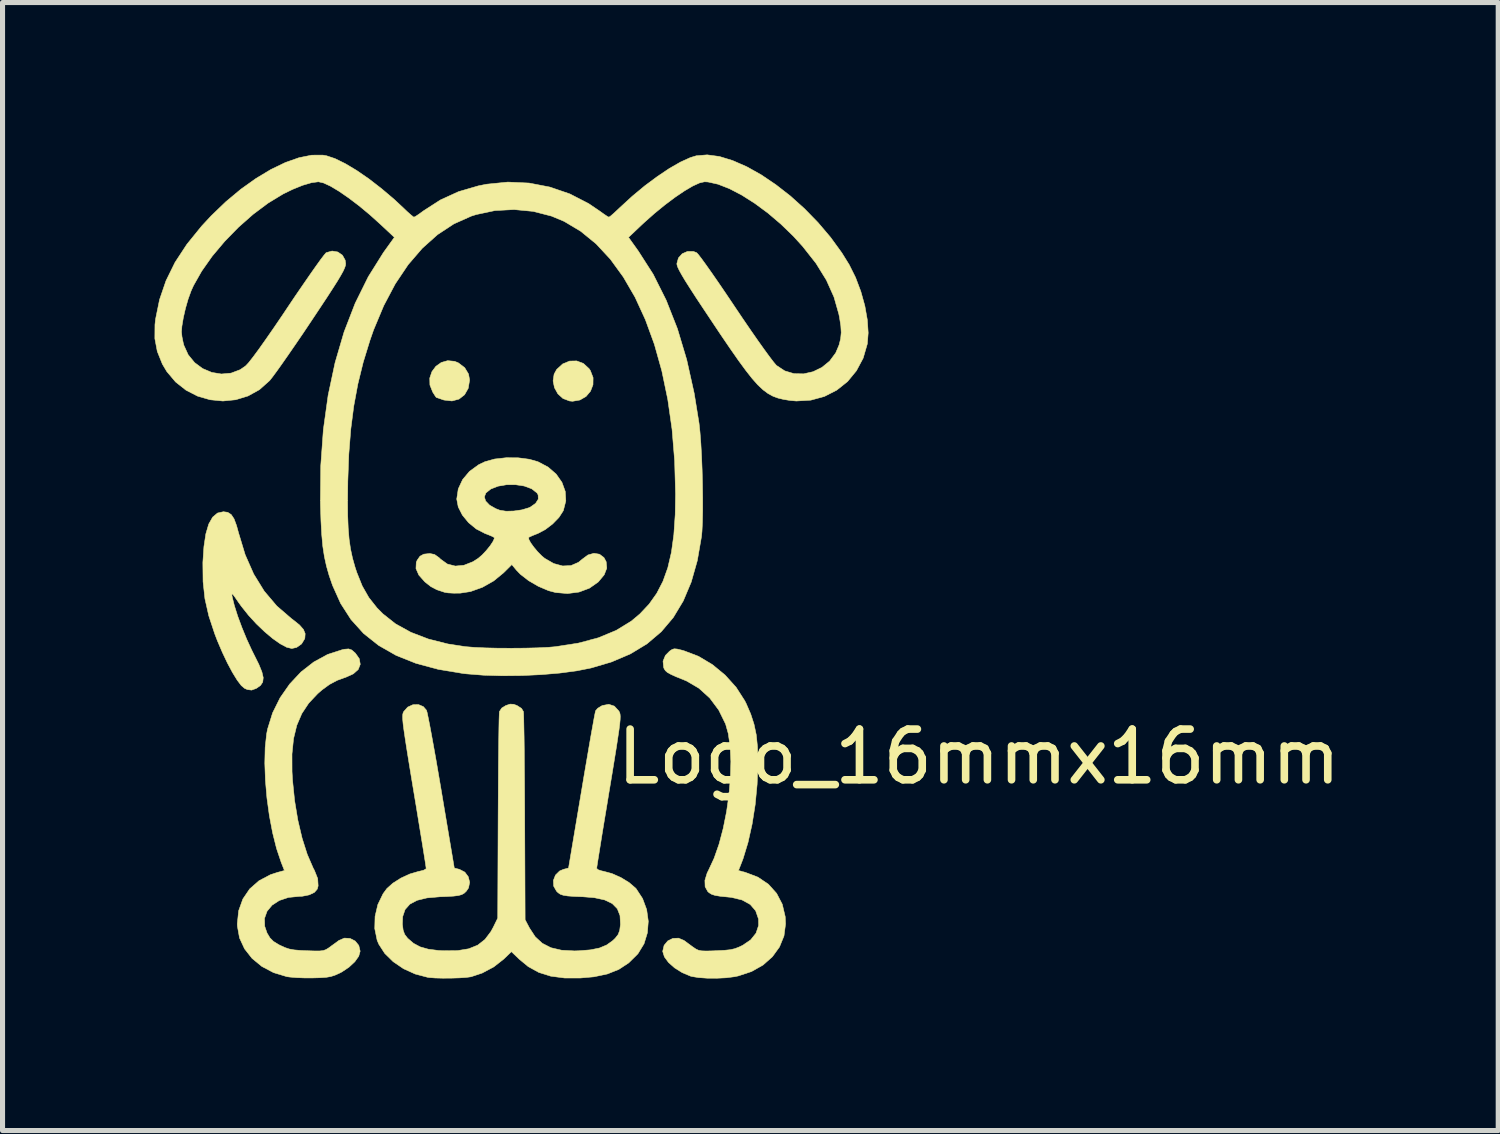
<source format=kicad_pcb>
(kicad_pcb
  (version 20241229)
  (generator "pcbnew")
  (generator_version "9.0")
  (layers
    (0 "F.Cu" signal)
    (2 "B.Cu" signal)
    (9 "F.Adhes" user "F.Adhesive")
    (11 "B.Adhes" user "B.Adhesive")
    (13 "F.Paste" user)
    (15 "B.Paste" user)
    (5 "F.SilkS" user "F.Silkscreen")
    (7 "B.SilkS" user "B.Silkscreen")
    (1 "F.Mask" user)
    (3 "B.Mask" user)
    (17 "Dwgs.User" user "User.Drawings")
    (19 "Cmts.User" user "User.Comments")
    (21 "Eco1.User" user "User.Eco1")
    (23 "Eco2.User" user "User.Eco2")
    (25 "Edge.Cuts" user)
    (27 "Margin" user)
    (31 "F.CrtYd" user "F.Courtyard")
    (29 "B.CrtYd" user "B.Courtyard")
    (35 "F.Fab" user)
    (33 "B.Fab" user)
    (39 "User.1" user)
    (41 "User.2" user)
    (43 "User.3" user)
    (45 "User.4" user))
  (footprint "Logo_16mmx16mm"
    (layer "F.Cu")
    (at 7.262 8.878)
    (property "Reference" "Logo_16mmx16mm" (at 9 3 0) (layer "F.SilkS") (effects (font (size 1 1) (thickness 0.15))))
    (attr through_hole)
    (fp_poly (pts (xy 1.197 -4.758) (xy 1.309 -4.655) (xy 1.334 -4.618) (xy 1.388 -4.478) (xy 1.386 -4.338) (xy 1.337 -4.211) (xy 1.249 -4.107) (xy 1.128 -4.037) (xy 0.984 -4.012) (xy 0.923 -4.018) (xy 0.794 -4.067) (xy 0.693 -4.159) (xy 0.626 -4.28) (xy 0.599 -4.414) (xy 0.619 -4.547) (xy 0.669 -4.639) (xy 0.789 -4.749) (xy 0.925 -4.805) (xy 1.065 -4.808) (xy 1.197 -4.758)) (stroke (width 0.01) (type solid)) (fill yes) (layer "F.SilkS"))
    (fp_poly (pts (xy -1.344 -4.8) (xy -1.272 -4.771) (xy -1.145 -4.675) (xy -1.069 -4.549) (xy -1.048 -4.431) (xy -1.075 -4.268) (xy -1.147 -4.141) (xy -1.257 -4.055) (xy -1.396 -4.018) (xy -1.553 -4.036) (xy -1.578 -4.044) (xy -1.655 -4.071) (xy -1.7 -4.086) (xy -1.705 -4.087) (xy -1.723 -4.111) (xy -1.762 -4.172) (xy -1.776 -4.194) (xy -1.831 -4.333) (xy -1.834 -4.47) (xy -1.791 -4.597) (xy -1.713 -4.702) (xy -1.607 -4.777) (xy -1.481 -4.813) (xy -1.344 -4.8)) (stroke (width 0.01) (type solid)) (fill yes) (layer "F.SilkS"))
    (fp_poly (pts (xy -5.819 -1.821) (xy -5.751 -1.777) (xy -5.695 -1.693) (xy -5.646 -1.561) (xy -5.607 -1.419) (xy -5.476 -0.986) (xy -5.307 -0.603) (xy -5.1 -0.267) (xy -4.852 0.026) (xy -4.561 0.277) (xy -4.54 0.292) (xy -4.407 0.398) (xy -4.327 0.488) (xy -4.292 0.572) (xy -4.298 0.658) (xy -4.302 0.674) (xy -4.363 0.775) (xy -4.461 0.844) (xy -4.555 0.865) (xy -4.656 0.841) (xy -4.785 0.772) (xy -4.934 0.667) (xy -5.093 0.533) (xy -5.255 0.378) (xy -5.41 0.209) (xy -5.55 0.033) (xy -5.602 -0.039) (xy -5.674 -0.144) (xy -5.716 -0.2) (xy -5.736 -0.213) (xy -5.737 -0.186) (xy -5.731 -0.151) (xy -5.689 0.018) (xy -5.624 0.224) (xy -5.54 0.451) (xy -5.446 0.68) (xy -5.348 0.893) (xy -5.301 0.987) (xy -5.205 1.18) (xy -5.145 1.328) (xy -5.119 1.441) (xy -5.129 1.527) (xy -5.172 1.593) (xy -5.249 1.648) (xy -5.261 1.654) (xy -5.348 1.686) (xy -5.432 1.675) (xy -5.486 1.652) (xy -5.552 1.596) (xy -5.634 1.488) (xy -5.726 1.338) (xy -5.825 1.153) (xy -5.925 0.942) (xy -6.023 0.713) (xy -6.075 0.578) (xy -6.193 0.221) (xy -6.269 -0.115) (xy -6.306 -0.454) (xy -6.31 -0.818) (xy -6.31 -0.833) (xy -6.289 -1.145) (xy -6.251 -1.397) (xy -6.194 -1.59) (xy -6.117 -1.726) (xy -6.021 -1.807) (xy -5.905 -1.833) (xy -5.819 -1.821)) (stroke (width 0.01) (type solid)) (fill yes) (layer "F.SilkS"))
    (fp_poly (pts (xy -3.374 0.894) (xy -3.304 0.955) (xy -3.303 0.955) (xy -3.224 1.067) (xy -3.205 1.177) (xy -3.245 1.279) (xy -3.342 1.365) (xy -3.469 1.423) (xy -3.659 1.493) (xy -3.812 1.574) (xy -3.957 1.68) (xy -4.046 1.757) (xy -4.222 1.944) (xy -4.358 2.149) (xy -4.457 2.38) (xy -4.521 2.643) (xy -4.552 2.946) (xy -4.551 3.296) (xy -4.541 3.466) (xy -4.5 3.868) (xy -4.436 4.253) (xy -4.352 4.609) (xy -4.251 4.926) (xy -4.135 5.194) (xy -4.109 5.243) (xy -4.045 5.403) (xy -4.036 5.548) (xy -4.053 5.611) (xy -4.109 5.676) (xy -4.211 5.725) (xy -4.345 5.752) (xy -4.409 5.755) (xy -4.622 5.776) (xy -4.802 5.836) (xy -4.945 5.929) (xy -5.044 6.049) (xy -5.094 6.189) (xy -5.09 6.344) (xy -5.044 6.478) (xy -4.987 6.573) (xy -4.918 6.643) (xy -4.814 6.707) (xy -4.786 6.721) (xy -4.693 6.764) (xy -4.607 6.793) (xy -4.509 6.811) (xy -4.379 6.822) (xy -4.262 6.827) (xy -4.11 6.832) (xy -4.006 6.832) (xy -3.935 6.824) (xy -3.882 6.805) (xy -3.832 6.775) (xy -3.811 6.759) (xy -3.721 6.694) (xy -3.64 6.635) (xy -3.626 6.624) (xy -3.517 6.578) (xy -3.405 6.585) (xy -3.305 6.636) (xy -3.234 6.723) (xy -3.207 6.836) (xy -3.235 6.935) (xy -3.312 7.044) (xy -3.428 7.152) (xy -3.57 7.247) (xy -3.615 7.27) (xy -3.704 7.31) (xy -3.785 7.336) (xy -3.877 7.352) (xy -3.999 7.36) (xy -4.144 7.364) (xy -4.306 7.364) (xy -4.463 7.358) (xy -4.592 7.347) (xy -4.652 7.339) (xy -4.916 7.259) (xy -5.147 7.137) (xy -5.34 6.978) (xy -5.488 6.789) (xy -5.587 6.575) (xy -5.629 6.342) (xy -5.631 6.298) (xy -5.604 6.039) (xy -5.521 5.807) (xy -5.386 5.608) (xy -5.203 5.447) (xy -4.976 5.327) (xy -4.835 5.281) (xy -4.701 5.245) (xy -4.765 5.083) (xy -4.856 4.812) (xy -4.934 4.501) (xy -4.998 4.164) (xy -5.046 3.814) (xy -5.076 3.464) (xy -5.088 3.128) (xy -5.081 2.819) (xy -5.052 2.55) (xy -5.033 2.453) (xy -4.934 2.135) (xy -4.786 1.837) (xy -4.597 1.566) (xy -4.374 1.328) (xy -4.123 1.132) (xy -3.85 0.983) (xy -3.564 0.89) (xy -3.518 0.88) (xy -3.435 0.873) (xy -3.374 0.894)) (stroke (width 0.01) (type solid)) (fill yes) (layer "F.SilkS"))
    (fp_poly (pts (xy 3.048 0.876) (xy 3.142 0.899) (xy 3.181 0.91) (xy 3.467 1.019) (xy 3.742 1.183) (xy 3.993 1.39) (xy 4.21 1.631) (xy 4.38 1.896) (xy 4.407 1.949) (xy 4.498 2.159) (xy 4.563 2.36) (xy 4.607 2.569) (xy 4.631 2.804) (xy 4.639 3.08) (xy 4.639 3.151) (xy 4.624 3.546) (xy 4.586 3.944) (xy 4.525 4.33) (xy 4.445 4.689) (xy 4.349 5.005) (xy 4.32 5.082) (xy 4.256 5.245) (xy 4.39 5.281) (xy 4.64 5.376) (xy 4.847 5.516) (xy 5.008 5.695) (xy 5.12 5.91) (xy 5.178 6.154) (xy 5.185 6.298) (xy 5.154 6.535) (xy 5.065 6.753) (xy 4.925 6.946) (xy 4.74 7.11) (xy 4.513 7.238) (xy 4.25 7.325) (xy 4.177 7.34) (xy 4.014 7.361) (xy 3.828 7.37) (xy 3.639 7.369) (xy 3.468 7.357) (xy 3.334 7.335) (xy 3.312 7.329) (xy 3.147 7.26) (xy 2.998 7.167) (xy 2.877 7.06) (xy 2.795 6.949) (xy 2.762 6.843) (xy 2.762 6.835) (xy 2.789 6.721) (xy 2.861 6.634) (xy 2.961 6.584) (xy 3.073 6.579) (xy 3.181 6.624) (xy 3.254 6.678) (xy 3.345 6.745) (xy 3.365 6.759) (xy 3.418 6.795) (xy 3.468 6.818) (xy 3.53 6.83) (xy 3.62 6.833) (xy 3.752 6.83) (xy 3.816 6.827) (xy 3.978 6.819) (xy 4.095 6.807) (xy 4.186 6.786) (xy 4.271 6.753) (xy 4.338 6.721) (xy 4.497 6.613) (xy 4.603 6.48) (xy 4.653 6.329) (xy 4.651 6.201) (xy 4.595 6.039) (xy 4.487 5.914) (xy 4.327 5.826) (xy 4.117 5.775) (xy 4.049 5.768) (xy 3.898 5.753) (xy 3.795 5.736) (xy 3.727 5.714) (xy 3.677 5.683) (xy 3.65 5.659) (xy 3.598 5.564) (xy 3.594 5.439) (xy 3.638 5.294) (xy 3.664 5.243) (xy 3.775 5.004) (xy 3.873 4.724) (xy 3.955 4.414) (xy 4.021 4.085) (xy 4.069 3.748) (xy 4.097 3.414) (xy 4.106 3.094) (xy 4.092 2.801) (xy 4.055 2.544) (xy 4.002 2.355) (xy 3.867 2.08) (xy 3.69 1.843) (xy 3.476 1.649) (xy 3.232 1.506) (xy 3.186 1.487) (xy 3.03 1.424) (xy 2.924 1.376) (xy 2.855 1.338) (xy 2.814 1.302) (xy 2.789 1.262) (xy 2.78 1.238) (xy 2.768 1.116) (xy 2.815 1.001) (xy 2.896 0.919) (xy 2.945 0.885) (xy 2.989 0.871) (xy 3.048 0.876)) (stroke (width 0.01) (type solid)) (fill yes) (layer "F.SilkS"))
    (fp_poly (pts (xy -0.092 -2.897) (xy 0.13 -2.868) (xy 0.299 -2.82) (xy 0.5 -2.714) (xy 0.66 -2.575) (xy 0.774 -2.412) (xy 0.839 -2.233) (xy 0.85 -2.047) (xy 0.803 -1.862) (xy 0.797 -1.848) (xy 0.715 -1.721) (xy 0.591 -1.593) (xy 0.446 -1.482) (xy 0.299 -1.404) (xy 0.291 -1.401) (xy 0.2 -1.365) (xy 0.135 -1.336) (xy 0.118 -1.326) (xy 0.12 -1.289) (xy 0.156 -1.221) (xy 0.218 -1.135) (xy 0.294 -1.044) (xy 0.375 -0.962) (xy 0.434 -0.913) (xy 0.611 -0.811) (xy 0.787 -0.763) (xy 0.953 -0.771) (xy 1.1 -0.835) (xy 1.175 -0.897) (xy 1.287 -0.98) (xy 1.404 -1.013) (xy 1.514 -0.995) (xy 1.602 -0.929) (xy 1.646 -0.847) (xy 1.658 -0.72) (xy 1.607 -0.588) (xy 1.492 -0.45) (xy 1.488 -0.446) (xy 1.316 -0.325) (xy 1.11 -0.248) (xy 0.883 -0.219) (xy 0.649 -0.239) (xy 0.509 -0.276) (xy 0.307 -0.362) (xy 0.115 -0.474) (xy -0.047 -0.6) (xy -0.124 -0.68) (xy -0.215 -0.79) (xy -0.378 -0.628) (xy -0.573 -0.468) (xy -0.796 -0.342) (xy -1.031 -0.258) (xy -1.233 -0.227) (xy -1.359 -0.226) (xy -1.473 -0.232) (xy -1.54 -0.243) (xy -1.694 -0.294) (xy -1.814 -0.357) (xy -1.93 -0.449) (xy -1.934 -0.453) (xy -2.05 -0.584) (xy -2.106 -0.712) (xy -2.1 -0.834) (xy -2.083 -0.875) (xy -2.027 -0.955) (xy -1.952 -0.996) (xy -1.838 -1.008) (xy -1.83 -1.008) (xy -1.74 -0.99) (xy -1.652 -0.928) (xy -1.62 -0.897) (xy -1.487 -0.801) (xy -1.33 -0.761) (xy -1.16 -0.777) (xy -0.982 -0.847) (xy -0.879 -0.913) (xy -0.801 -0.98) (xy -0.72 -1.066) (xy -0.646 -1.157) (xy -0.59 -1.24) (xy -0.561 -1.302) (xy -0.564 -1.326) (xy -0.605 -1.348) (xy -0.686 -1.382) (xy -0.745 -1.404) (xy -0.917 -1.493) (xy -1.069 -1.618) (xy -1.191 -1.767) (xy -1.272 -1.927) (xy -1.302 -2.084) (xy -1.295 -2.126) (xy -0.757 -2.126) (xy -0.731 -2.043) (xy -0.654 -1.963) (xy -0.531 -1.893) (xy -0.45 -1.862) (xy -0.328 -1.843) (xy -0.175 -1.847) (xy -0.017 -1.87) (xy 0.12 -1.911) (xy 0.151 -1.925) (xy 0.254 -1.998) (xy 0.307 -2.081) (xy 0.304 -2.165) (xy 0.281 -2.204) (xy 0.176 -2.286) (xy 0.03 -2.34) (xy -0.14 -2.366) (xy -0.317 -2.366) (xy -0.486 -2.337) (xy -0.63 -2.281) (xy -0.726 -2.204) (xy -0.757 -2.126) (xy -1.295 -2.126) (xy -1.272 -2.282) (xy -1.186 -2.467) (xy -1.05 -2.629) (xy -0.87 -2.76) (xy -0.745 -2.82) (xy -0.553 -2.873) (xy -0.328 -2.898) (xy -0.092 -2.897)) (stroke (width 0.01) (type solid)) (fill yes) (layer "F.SilkS"))
    (fp_poly (pts (xy -0.178 1.966) (xy -0.113 1.99) (xy -0.024 2.047) (xy 0.014 2.11) (xy 0.017 2.154) (xy 0.02 2.255) (xy 0.023 2.41) (xy 0.027 2.611) (xy 0.03 2.853) (xy 0.032 3.13) (xy 0.035 3.437) (xy 0.037 3.769) (xy 0.039 4.12) (xy 0.039 4.199) (xy 0.047 6.215) (xy 0.133 6.379) (xy 0.247 6.553) (xy 0.386 6.681) (xy 0.556 6.768) (xy 0.765 6.817) (xy 1.021 6.831) (xy 1.109 6.828) (xy 1.335 6.81) (xy 1.513 6.774) (xy 1.656 6.714) (xy 1.777 6.627) (xy 1.825 6.581) (xy 1.882 6.508) (xy 1.913 6.426) (xy 1.928 6.309) (xy 1.928 6.303) (xy 1.919 6.134) (xy 1.866 5.999) (xy 1.766 5.897) (xy 1.616 5.825) (xy 1.413 5.781) (xy 1.19 5.763) (xy 1.013 5.756) (xy 0.887 5.747) (xy 0.8 5.733) (xy 0.741 5.713) (xy 0.697 5.682) (xy 0.667 5.653) (xy 0.61 5.552) (xy 0.605 5.44) (xy 0.646 5.335) (xy 0.728 5.254) (xy 0.803 5.222) (xy 0.904 5.196) (xy 1.16 3.674) (xy 1.211 3.369) (xy 1.26 3.083) (xy 1.305 2.82) (xy 1.345 2.589) (xy 1.38 2.394) (xy 1.407 2.243) (xy 1.427 2.141) (xy 1.437 2.095) (xy 1.437 2.094) (xy 1.479 2.045) (xy 1.555 1.998) (xy 1.572 1.99) (xy 1.698 1.966) (xy 1.807 2.002) (xy 1.895 2.097) (xy 1.903 2.111) (xy 1.914 2.134) (xy 1.921 2.165) (xy 1.924 2.207) (xy 1.922 2.268) (xy 1.914 2.352) (xy 1.9 2.465) (xy 1.878 2.612) (xy 1.85 2.8) (xy 1.812 3.033) (xy 1.766 3.317) (xy 1.709 3.659) (xy 1.705 3.682) (xy 1.656 3.982) (xy 1.609 4.263) (xy 1.567 4.519) (xy 1.531 4.744) (xy 1.501 4.931) (xy 1.478 5.074) (xy 1.464 5.167) (xy 1.459 5.203) (xy 1.488 5.23) (xy 1.559 5.253) (xy 1.593 5.26) (xy 1.76 5.305) (xy 1.936 5.383) (xy 2.098 5.482) (xy 2.223 5.589) (xy 2.236 5.602) (xy 2.364 5.797) (xy 2.445 6.016) (xy 2.477 6.246) (xy 2.459 6.475) (xy 2.393 6.69) (xy 2.277 6.88) (xy 2.265 6.895) (xy 2.091 7.067) (xy 1.895 7.196) (xy 1.669 7.286) (xy 1.403 7.342) (xy 1.141 7.365) (xy 0.824 7.365) (xy 0.552 7.329) (xy 0.316 7.255) (xy 0.108 7.14) (xy -0.069 6.994) (xy -0.223 6.846) (xy -0.377 6.994) (xy -0.571 7.146) (xy -0.8 7.268) (xy -1.02 7.341) (xy -1.113 7.354) (xy -1.249 7.363) (xy -1.41 7.368) (xy -1.576 7.369) (xy -1.728 7.365) (xy -1.846 7.356) (xy -1.874 7.352) (xy -2.121 7.287) (xy -2.352 7.182) (xy -2.556 7.043) (xy -2.722 6.88) (xy -2.839 6.699) (xy -2.872 6.621) (xy -2.919 6.391) (xy -2.913 6.15) (xy -2.858 5.916) (xy -2.755 5.703) (xy -2.681 5.602) (xy -2.563 5.496) (xy -2.404 5.395) (xy -2.229 5.314) (xy -2.059 5.264) (xy -2.039 5.26) (xy -1.957 5.24) (xy -1.91 5.213) (xy -1.905 5.203) (xy -1.91 5.166) (xy -1.924 5.072) (xy -1.947 4.928) (xy -1.977 4.74) (xy -2.014 4.514) (xy -2.056 4.258) (xy -2.102 3.976) (xy -2.151 3.682) (xy -2.208 3.338) (xy -2.255 3.05) (xy -2.293 2.813) (xy -2.322 2.623) (xy -2.344 2.473) (xy -2.359 2.358) (xy -2.367 2.272) (xy -2.369 2.21) (xy -2.367 2.167) (xy -2.36 2.136) (xy -2.349 2.112) (xy -2.349 2.111) (xy -2.269 2.021) (xy -2.166 1.974) (xy -2.057 1.971) (xy -1.96 2.012) (xy -1.899 2.083) (xy -1.886 2.127) (xy -1.865 2.228) (xy -1.835 2.378) (xy -1.799 2.572) (xy -1.757 2.803) (xy -1.71 3.065) (xy -1.661 3.351) (xy -1.609 3.655) (xy -1.606 3.674) (xy -1.35 5.196) (xy -1.248 5.222) (xy -1.142 5.277) (xy -1.074 5.368) (xy -1.047 5.477) (xy -1.069 5.588) (xy -1.113 5.653) (xy -1.154 5.692) (xy -1.201 5.719) (xy -1.267 5.738) (xy -1.364 5.75) (xy -1.503 5.758) (xy -1.636 5.763) (xy -1.888 5.785) (xy -2.084 5.833) (xy -2.227 5.909) (xy -2.321 6.015) (xy -2.368 6.154) (xy -2.374 6.303) (xy -2.359 6.422) (xy -2.329 6.505) (xy -2.274 6.577) (xy -2.271 6.581) (xy -2.155 6.681) (xy -2.024 6.751) (xy -1.862 6.797) (xy -1.658 6.823) (xy -1.554 6.828) (xy -1.286 6.825) (xy -1.066 6.789) (xy -0.888 6.717) (xy -0.745 6.605) (xy -0.628 6.45) (xy -0.582 6.366) (xy -0.493 6.184) (xy -0.485 4.183) (xy -0.483 3.831) (xy -0.481 3.496) (xy -0.479 3.184) (xy -0.476 2.901) (xy -0.473 2.652) (xy -0.47 2.443) (xy -0.467 2.28) (xy -0.463 2.168) (xy -0.46 2.113) (xy -0.46 2.11) (xy -0.414 2.04) (xy -0.333 1.99) (xy -0.248 1.962) (xy -0.178 1.966)) (stroke (width 0.01) (type solid)) (fill yes) (layer "F.SilkS"))
    (fp_poly (pts (xy 3.88 -8.841) (xy 4.141 -8.761) (xy 4.418 -8.64) (xy 4.704 -8.48) (xy 4.993 -8.285) (xy 5.281 -8.061) (xy 5.56 -7.81) (xy 5.826 -7.537) (xy 6.073 -7.246) (xy 6.294 -6.942) (xy 6.44 -6.707) (xy 6.566 -6.454) (xy 6.67 -6.178) (xy 6.749 -5.894) (xy 6.798 -5.617) (xy 6.815 -5.361) (xy 6.798 -5.145) (xy 6.716 -4.863) (xy 6.583 -4.614) (xy 6.408 -4.401) (xy 6.194 -4.231) (xy 5.951 -4.107) (xy 5.683 -4.034) (xy 5.397 -4.017) (xy 5.267 -4.029) (xy 5.145 -4.049) (xy 5.036 -4.075) (xy 4.936 -4.112) (xy 4.839 -4.165) (xy 4.741 -4.238) (xy 4.638 -4.335) (xy 4.526 -4.461) (xy 4.401 -4.62) (xy 4.257 -4.816) (xy 4.091 -5.054) (xy 3.897 -5.339) (xy 3.753 -5.555) (xy 3.569 -5.831) (xy 3.418 -6.059) (xy 3.298 -6.245) (xy 3.204 -6.393) (xy 3.135 -6.509) (xy 3.087 -6.596) (xy 3.057 -6.66) (xy 3.043 -6.705) (xy 3.041 -6.73) (xy 3.072 -6.84) (xy 3.147 -6.923) (xy 3.25 -6.968) (xy 3.366 -6.968) (xy 3.431 -6.943) (xy 3.462 -6.91) (xy 3.524 -6.83) (xy 3.612 -6.709) (xy 3.723 -6.552) (xy 3.852 -6.366) (xy 3.995 -6.156) (xy 4.148 -5.929) (xy 4.186 -5.872) (xy 4.344 -5.637) (xy 4.496 -5.415) (xy 4.637 -5.212) (xy 4.763 -5.035) (xy 4.869 -4.89) (xy 4.95 -4.784) (xy 5.002 -4.723) (xy 5.007 -4.718) (xy 5.17 -4.611) (xy 5.351 -4.557) (xy 5.54 -4.553) (xy 5.727 -4.595) (xy 5.902 -4.68) (xy 6.055 -4.805) (xy 6.175 -4.967) (xy 6.241 -5.123) (xy 6.272 -5.248) (xy 6.283 -5.368) (xy 6.275 -5.502) (xy 6.248 -5.672) (xy 6.236 -5.732) (xy 6.14 -6.069) (xy 5.991 -6.401) (xy 5.786 -6.733) (xy 5.522 -7.068) (xy 5.338 -7.27) (xy 5.093 -7.507) (xy 4.837 -7.725) (xy 4.577 -7.917) (xy 4.322 -8.079) (xy 4.078 -8.206) (xy 3.853 -8.294) (xy 3.656 -8.338) (xy 3.586 -8.342) (xy 3.489 -8.32) (xy 3.355 -8.259) (xy 3.192 -8.163) (xy 3.007 -8.038) (xy 2.807 -7.888) (xy 2.601 -7.72) (xy 2.396 -7.538) (xy 2.339 -7.485) (xy 2.087 -7.246) (xy 2.28 -6.976) (xy 2.574 -6.517) (xy 2.83 -6.006) (xy 3.051 -5.445) (xy 3.235 -4.832) (xy 3.383 -4.167) (xy 3.478 -3.58) (xy 3.497 -3.402) (xy 3.514 -3.18) (xy 3.528 -2.928) (xy 3.539 -2.657) (xy 3.546 -2.378) (xy 3.55 -2.106) (xy 3.55 -1.851) (xy 3.545 -1.625) (xy 3.536 -1.442) (xy 3.526 -1.341) (xy 3.444 -0.868) (xy 3.324 -0.446) (xy 3.167 -0.073) (xy 2.97 0.254) (xy 2.732 0.535) (xy 2.45 0.774) (xy 2.123 0.972) (xy 1.749 1.131) (xy 1.35 1.249) (xy 1.063 1.306) (xy 0.729 1.35) (xy 0.363 1.381) (xy -0.02 1.399) (xy -0.403 1.403) (xy -0.773 1.392) (xy -1.113 1.365) (xy -1.175 1.358) (xy -1.667 1.276) (xy -2.108 1.157) (xy -2.5 1) (xy -2.843 0.804) (xy -3.139 0.569) (xy -3.388 0.293) (xy -3.592 -0.024) (xy -3.752 -0.38) (xy -3.819 -0.575) (xy -3.872 -0.761) (xy -3.913 -0.949) (xy -3.944 -1.151) (xy -3.965 -1.38) (xy -3.98 -1.648) (xy -3.99 -1.965) (xy -3.991 -2.008) (xy -3.991 -2.057) (xy -3.455 -2.057) (xy -3.453 -1.762) (xy -3.443 -1.51) (xy -3.425 -1.292) (xy -3.397 -1.098) (xy -3.358 -0.917) (xy -3.308 -0.74) (xy -3.275 -0.639) (xy -3.166 -0.368) (xy -3.036 -0.14) (xy -2.875 0.064) (xy -2.757 0.183) (xy -2.507 0.38) (xy -2.206 0.546) (xy -1.859 0.679) (xy -1.474 0.776) (xy -1.128 0.829) (xy -0.956 0.843) (xy -0.737 0.853) (xy -0.487 0.859) (xy -0.222 0.86) (xy 0.042 0.858) (xy 0.288 0.852) (xy 0.501 0.842) (xy 0.641 0.83) (xy 1.093 0.76) (xy 1.494 0.653) (xy 1.843 0.508) (xy 2.142 0.325) (xy 2.311 0.183) (xy 2.493 -0.01) (xy 2.644 -0.223) (xy 2.766 -0.459) (xy 2.862 -0.727) (xy 2.933 -1.031) (xy 2.981 -1.379) (xy 3.008 -1.775) (xy 3.015 -2.183) (xy 2.997 -2.834) (xy 2.946 -3.458) (xy 2.861 -4.051) (xy 2.744 -4.612) (xy 2.597 -5.136) (xy 2.42 -5.621) (xy 2.216 -6.065) (xy 1.984 -6.464) (xy 1.728 -6.816) (xy 1.447 -7.118) (xy 1.142 -7.367) (xy 0.817 -7.561) (xy 0.568 -7.665) (xy 0.207 -7.758) (xy -0.17 -7.794) (xy -0.548 -7.774) (xy -0.915 -7.696) (xy -1.014 -7.665) (xy -1.357 -7.512) (xy -1.68 -7.3) (xy -1.981 -7.031) (xy -2.26 -6.707) (xy -2.514 -6.329) (xy -2.742 -5.898) (xy -2.943 -5.418) (xy -3.015 -5.211) (xy -3.147 -4.782) (xy -3.252 -4.355) (xy -3.333 -3.919) (xy -3.392 -3.461) (xy -3.431 -2.967) (xy -3.451 -2.426) (xy -3.451 -2.405) (xy -3.455 -2.057) (xy -3.991 -2.057) (xy -3.984 -2.743) (xy -3.933 -3.451) (xy -3.839 -4.129) (xy -3.702 -4.773) (xy -3.524 -5.38) (xy -3.305 -5.946) (xy -3.047 -6.468) (xy -2.749 -6.944) (xy -2.724 -6.979) (xy -2.532 -7.246) (xy -2.798 -7.495) (xy -3.014 -7.69) (xy -3.228 -7.868) (xy -3.434 -8.024) (xy -3.624 -8.155) (xy -3.791 -8.255) (xy -3.929 -8.319) (xy -4.029 -8.342) (xy -4.032 -8.342) (xy -4.167 -8.324) (xy -4.341 -8.273) (xy -4.539 -8.193) (xy -4.726 -8.102) (xy -5.021 -7.923) (xy -5.318 -7.701) (xy -5.608 -7.445) (xy -5.88 -7.166) (xy -6.125 -6.875) (xy -6.333 -6.58) (xy -6.495 -6.294) (xy -6.542 -6.19) (xy -6.6 -6.03) (xy -6.653 -5.846) (xy -6.696 -5.658) (xy -6.724 -5.49) (xy -6.732 -5.38) (xy -6.722 -5.285) (xy -6.698 -5.167) (xy -6.685 -5.117) (xy -6.599 -4.928) (xy -6.472 -4.774) (xy -6.314 -4.657) (xy -6.134 -4.581) (xy -5.944 -4.55) (xy -5.754 -4.567) (xy -5.574 -4.635) (xy -5.464 -4.712) (xy -5.409 -4.771) (xy -5.324 -4.879) (xy -5.209 -5.034) (xy -5.069 -5.232) (xy -4.905 -5.468) (xy -4.721 -5.739) (xy -4.635 -5.868) (xy -4.48 -6.099) (xy -4.333 -6.313) (xy -4.2 -6.506) (xy -4.084 -6.671) (xy -3.99 -6.802) (xy -3.92 -6.894) (xy -3.881 -6.94) (xy -3.876 -6.944) (xy -3.76 -6.976) (xy -3.648 -6.957) (xy -3.557 -6.894) (xy -3.503 -6.797) (xy -3.493 -6.728) (xy -3.497 -6.691) (xy -3.513 -6.644) (xy -3.542 -6.58) (xy -3.589 -6.495) (xy -3.655 -6.384) (xy -3.746 -6.241) (xy -3.863 -6.06) (xy -4.01 -5.838) (xy -4.171 -5.596) (xy -4.328 -5.361) (xy -4.481 -5.137) (xy -4.623 -4.931) (xy -4.75 -4.749) (xy -4.857 -4.599) (xy -4.94 -4.487) (xy -4.992 -4.421) (xy -4.995 -4.418) (xy -5.194 -4.241) (xy -5.42 -4.116) (xy -5.663 -4.042) (xy -5.915 -4.017) (xy -6.168 -4.042) (xy -6.413 -4.113) (xy -6.643 -4.231) (xy -6.848 -4.393) (xy -7.021 -4.598) (xy -7.109 -4.746) (xy -7.209 -4.995) (xy -7.257 -5.249) (xy -7.255 -5.524) (xy -7.243 -5.633) (xy -7.164 -6.019) (xy -7.037 -6.39) (xy -6.859 -6.752) (xy -6.625 -7.109) (xy -6.333 -7.469) (xy -6.145 -7.671) (xy -5.858 -7.947) (xy -5.562 -8.194) (xy -5.263 -8.407) (xy -4.969 -8.584) (xy -4.683 -8.722) (xy -4.413 -8.817) (xy -4.164 -8.867) (xy -3.943 -8.868) (xy -3.87 -8.855) (xy -3.702 -8.799) (xy -3.501 -8.7) (xy -3.275 -8.565) (xy -3.034 -8.399) (xy -2.786 -8.207) (xy -2.538 -7.997) (xy -2.365 -7.836) (xy -2.274 -7.749) (xy -2.199 -7.683) (xy -2.153 -7.647) (xy -2.146 -7.644) (xy -2.111 -7.661) (xy -2.042 -7.707) (xy -1.96 -7.767) (xy -1.625 -7.983) (xy -1.267 -8.147) (xy -0.877 -8.261) (xy -0.713 -8.294) (xy -0.293 -8.336) (xy 0.125 -8.317) (xy 0.535 -8.238) (xy 0.929 -8.103) (xy 1.3 -7.912) (xy 1.514 -7.767) (xy 1.602 -7.704) (xy 1.669 -7.659) (xy 1.7 -7.644) (xy 1.731 -7.664) (xy 1.795 -7.719) (xy 1.881 -7.799) (xy 1.92 -7.836) (xy 2.161 -8.057) (xy 2.409 -8.263) (xy 2.657 -8.447) (xy 2.894 -8.606) (xy 3.114 -8.732) (xy 3.306 -8.819) (xy 3.424 -8.855) (xy 3.639 -8.873) (xy 3.88 -8.841)) (stroke (width 0.01) (type solid)) (fill yes) (layer "F.SilkS")))
  (gr_rect
    (start -3 -3)
    (end 26.506 19.253)
    (stroke (width 0.1) (type default))
    (fill no)
    (layer "Edge.Cuts")))
</source>
